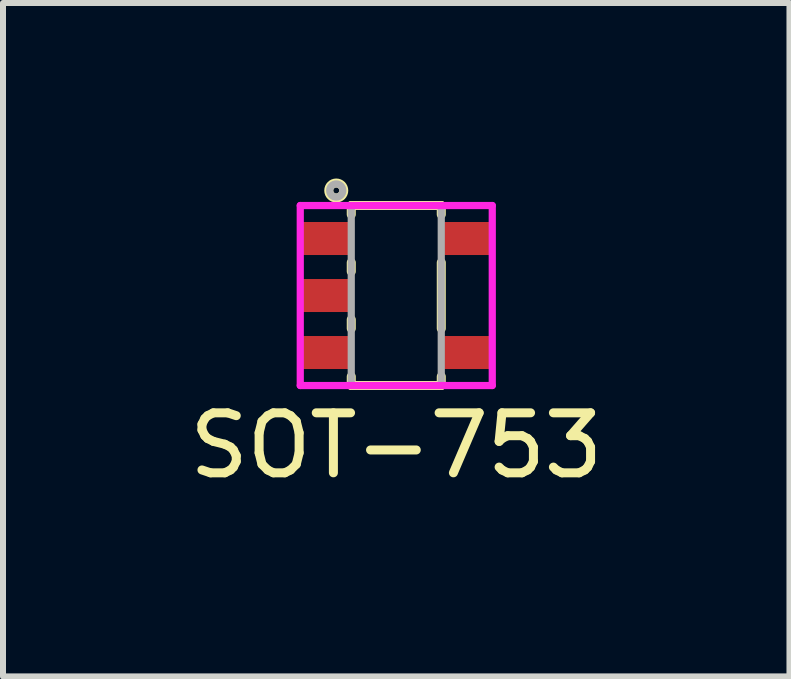
<source format=kicad_pcb>
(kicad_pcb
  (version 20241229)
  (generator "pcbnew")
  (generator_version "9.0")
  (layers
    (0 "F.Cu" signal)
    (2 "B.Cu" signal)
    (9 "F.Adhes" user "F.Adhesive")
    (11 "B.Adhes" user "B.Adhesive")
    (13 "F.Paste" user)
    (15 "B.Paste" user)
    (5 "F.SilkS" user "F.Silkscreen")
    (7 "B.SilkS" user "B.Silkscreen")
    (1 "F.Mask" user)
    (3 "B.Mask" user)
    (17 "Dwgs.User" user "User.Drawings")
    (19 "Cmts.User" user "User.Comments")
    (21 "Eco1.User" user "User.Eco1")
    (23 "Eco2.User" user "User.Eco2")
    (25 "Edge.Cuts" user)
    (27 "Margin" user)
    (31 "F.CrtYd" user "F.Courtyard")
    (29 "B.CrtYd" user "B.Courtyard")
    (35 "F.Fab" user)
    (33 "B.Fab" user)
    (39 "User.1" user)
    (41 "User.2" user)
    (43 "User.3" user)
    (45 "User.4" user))
  (footprint "SOT-753"
    (layer "F.Cu")
    (at 3.554 1.875)
    (property "Reference" "SOT-753" (at 0 2.5 0) (layer "F.SilkS") (effects (font (size 1 1) (thickness 0.15))))
    (attr smd)
    (fp_line (start -0.75 -1.5) (end -0.75 -1.35) (stroke (width 0.15) (type solid)) (layer "F.SilkS"))
    (fp_line (start -0.75 -1.5) (end 0.75 -1.5) (stroke (width 0.15) (type solid)) (layer "F.SilkS"))
    (fp_line (start -0.75 -0.55) (end -0.75 -0.4) (stroke (width 0.15) (type solid)) (layer "F.SilkS"))
    (fp_line (start -0.75 0.55) (end -0.75 0.4) (stroke (width 0.15) (type solid)) (layer "F.SilkS"))
    (fp_line (start -0.75 1.5) (end -0.75 1.35) (stroke (width 0.15) (type solid)) (layer "F.SilkS"))
    (fp_line (start 0.75 -1.5) (end 0.75 -1.35) (stroke (width 0.15) (type solid)) (layer "F.SilkS"))
    (fp_line (start 0.75 -0.55) (end 0.75 0.55) (stroke (width 0.15) (type solid)) (layer "F.SilkS"))
    (fp_line (start 0.75 1.35) (end 0.75 1.5) (stroke (width 0.15) (type solid)) (layer "F.SilkS"))
    (fp_line (start 0.75 1.5) (end -0.75 1.5) (stroke (width 0.15) (type solid)) (layer "F.SilkS"))
    (fp_circle (center -1 -1.75) (end -1.05 -1.75) (stroke (width 0.15) (type solid)) (fill no) (layer "F.SilkS"))
    (fp_line (start -1.6 -1.5) (end -1.6 1.5) (stroke (width 0.12) (type solid)) (layer "F.CrtYd"))
    (fp_line (start -1.6 1.5) (end 1.6 1.5) (stroke (width 0.12) (type solid)) (layer "F.CrtYd"))
    (fp_line (start 1.6 -1.5) (end -1.6 -1.5) (stroke (width 0.12) (type solid)) (layer "F.CrtYd"))
    (fp_line (start 1.6 1.5) (end 1.6 -1.5) (stroke (width 0.12) (type solid)) (layer "F.CrtYd"))
    (fp_line (start -0.75 -1.5) (end 0.75 -1.5) (stroke (width 0.12) (type solid)) (layer "F.Fab"))
    (fp_line (start -0.75 1.5) (end -0.75 -1.5) (stroke (width 0.12) (type solid)) (layer "F.Fab"))
    (fp_line (start 0.75 -1.5) (end 0.75 1.5) (stroke (width 0.12) (type solid)) (layer "F.Fab"))
    (fp_line (start 0.75 1.5) (end -0.75 1.5) (stroke (width 0.12) (type solid)) (layer "F.Fab"))
    (fp_circle (center -1 -1.75) (end -1 -1.8) (stroke (width 0.12) (type solid)) (fill no) (layer "F.Fab"))
    (pad "1" smd rect (at -1.2 -0.95) (size 0.8 0.55) (layers "F.Cu" "F.Mask" "F.Paste"))
    (pad "2" smd rect (at -1.2 0) (size 0.8 0.55) (layers "F.Cu" "F.Mask" "F.Paste"))
    (pad "3" smd rect (at -1.2 0.95) (size 0.8 0.55) (layers "F.Cu" "F.Mask" "F.Paste"))
    (pad "4" smd rect (at 1.2 0.95) (size 0.8 0.55) (layers "F.Cu" "F.Mask" "F.Paste"))
    (pad "5" smd rect (at 1.2 -0.95) (size 0.8 0.55) (layers "F.Cu" "F.Mask" "F.Paste")))
  (gr_rect
    (start -3 -3)
    (end 10.107 8.223)
    (stroke (width 0.1) (type default))
    (fill no)
    (layer "Edge.Cuts")))
</source>
